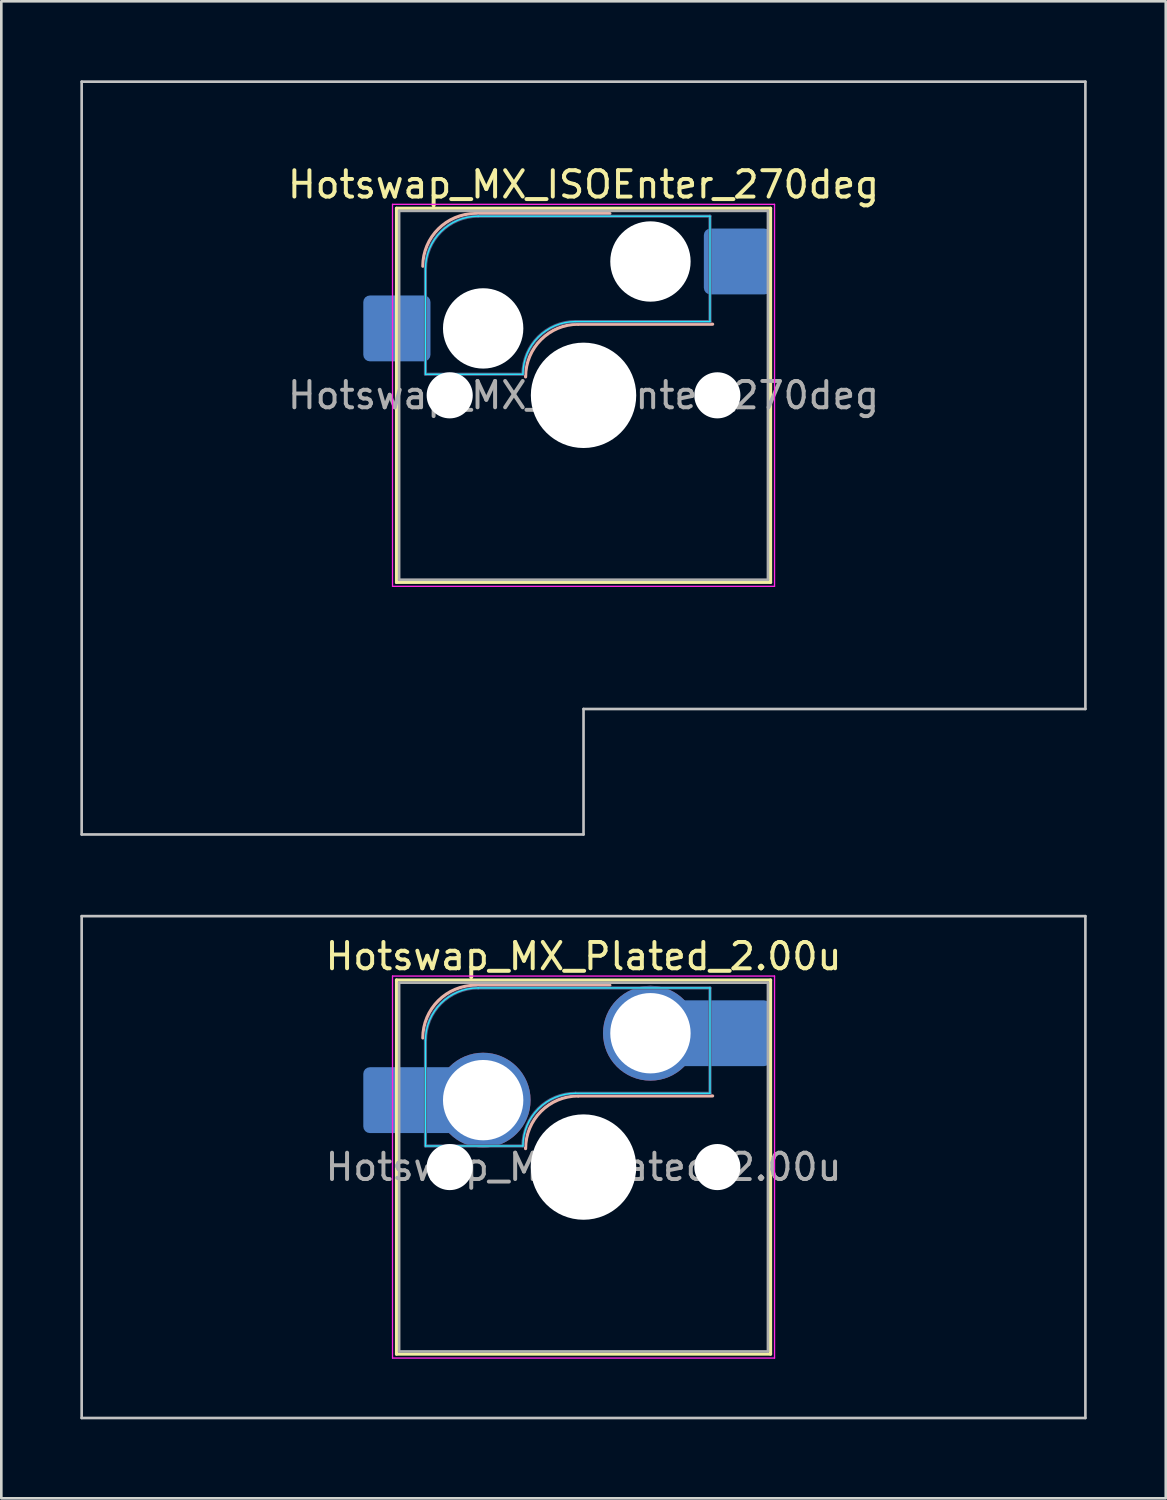
<source format=kicad_pcb>
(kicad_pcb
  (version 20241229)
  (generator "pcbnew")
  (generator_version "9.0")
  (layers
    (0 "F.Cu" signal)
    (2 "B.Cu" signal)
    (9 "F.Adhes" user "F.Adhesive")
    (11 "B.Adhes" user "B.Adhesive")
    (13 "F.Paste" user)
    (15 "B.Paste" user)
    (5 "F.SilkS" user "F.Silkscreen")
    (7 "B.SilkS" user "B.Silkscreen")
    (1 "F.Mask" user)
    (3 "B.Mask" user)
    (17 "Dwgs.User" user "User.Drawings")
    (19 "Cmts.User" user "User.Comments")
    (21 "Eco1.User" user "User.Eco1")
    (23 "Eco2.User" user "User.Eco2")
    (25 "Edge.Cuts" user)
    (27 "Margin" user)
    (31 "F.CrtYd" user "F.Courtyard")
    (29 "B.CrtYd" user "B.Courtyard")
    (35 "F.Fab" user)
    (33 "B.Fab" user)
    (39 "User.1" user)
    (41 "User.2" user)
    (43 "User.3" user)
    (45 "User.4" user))
  (footprint "Hotswap_MX_ISOEnter_270deg"
    (layer "F.Cu")
    (at 19.1 11.956)
    (property "Reference" "Hotswap_MX_ISOEnter_270deg" (at 0 -8 0) (layer "F.SilkS") (effects (font (size 1 1) (thickness 0.15))))
    (attr smd)
    (fp_line (start -7.1 -7.1) (end -7.1 7.1) (stroke (width 0.12) (type solid)) (layer "F.SilkS"))
    (fp_line (start -7.1 7.1) (end 7.1 7.1) (stroke (width 0.12) (type solid)) (layer "F.SilkS"))
    (fp_line (start 7.1 -7.1) (end -7.1 -7.1) (stroke (width 0.12) (type solid)) (layer "F.SilkS"))
    (fp_line (start 7.1 7.1) (end 7.1 -7.1) (stroke (width 0.12) (type solid)) (layer "F.SilkS"))
    (fp_line (start -4.1 -6.9) (end 1 -6.9) (stroke (width 0.12) (type solid)) (layer "B.SilkS"))
    (fp_line (start -0.2 -2.7) (end 4.9 -2.7) (stroke (width 0.12) (type solid)) (layer "B.SilkS"))
    (fp_arc (start -6.1 -4.9) (mid -5.514214 -6.314214) (end -4.1 -6.9) (stroke (width 0.12) (type solid)) (layer "B.SilkS"))
    (fp_arc (start -2.2 -0.7) (mid -1.614214 -2.114214) (end -0.2 -2.7) (stroke (width 0.12) (type solid)) (layer "B.SilkS"))
    (fp_line (start -19.05 -11.906) (end -19.05 16.669) (stroke (width 0.1) (type solid)) (layer "Dwgs.User"))
    (fp_line (start -19.05 16.669) (end 0 16.669) (stroke (width 0.1) (type solid)) (layer "Dwgs.User"))
    (fp_line (start 0 11.906) (end 19.05 11.906) (stroke (width 0.1) (type solid)) (layer "Dwgs.User"))
    (fp_line (start 0 16.669) (end 0 11.906) (stroke (width 0.1) (type solid)) (layer "Dwgs.User"))
    (fp_line (start 19.05 -11.906) (end -19.05 -11.906) (stroke (width 0.1) (type solid)) (layer "Dwgs.User"))
    (fp_line (start 19.05 11.906) (end 19.05 -11.906) (stroke (width 0.1) (type solid)) (layer "Dwgs.User"))
    (fp_line (start -7.8 -6) (end -7 -6) (stroke (width 0.1) (type solid)) (layer "Eco1.User"))
    (fp_line (start -7.8 -2.9) (end -7.8 -6) (stroke (width 0.1) (type solid)) (layer "Eco1.User"))
    (fp_line (start -7.8 2.9) (end -7 2.9) (stroke (width 0.1) (type solid)) (layer "Eco1.User"))
    (fp_line (start -7.8 6) (end -7.8 2.9) (stroke (width 0.1) (type solid)) (layer "Eco1.User"))
    (fp_line (start -7 -7) (end 7 -7) (stroke (width 0.1) (type solid)) (layer "Eco1.User"))
    (fp_line (start -7 -6) (end -7 -7) (stroke (width 0.1) (type solid)) (layer "Eco1.User"))
    (fp_line (start -7 -2.9) (end -7.8 -2.9) (stroke (width 0.1) (type solid)) (layer "Eco1.User"))
    (fp_line (start -7 2.9) (end -7 -2.9) (stroke (width 0.1) (type solid)) (layer "Eco1.User"))
    (fp_line (start -7 6) (end -7.8 6) (stroke (width 0.1) (type solid)) (layer "Eco1.User"))
    (fp_line (start -7 7) (end -7 6) (stroke (width 0.1) (type solid)) (layer "Eco1.User"))
    (fp_line (start 7 -7) (end 7 -6) (stroke (width 0.1) (type solid)) (layer "Eco1.User"))
    (fp_line (start 7 -6) (end 7.8 -6) (stroke (width 0.1) (type solid)) (layer "Eco1.User"))
    (fp_line (start 7 -2.9) (end 7 2.9) (stroke (width 0.1) (type solid)) (layer "Eco1.User"))
    (fp_line (start 7 2.9) (end 7.8 2.9) (stroke (width 0.1) (type solid)) (layer "Eco1.User"))
    (fp_line (start 7 6) (end 7 7) (stroke (width 0.1) (type solid)) (layer "Eco1.User"))
    (fp_line (start 7 7) (end -7 7) (stroke (width 0.1) (type solid)) (layer "Eco1.User"))
    (fp_line (start 7.8 -6) (end 7.8 -2.9) (stroke (width 0.1) (type solid)) (layer "Eco1.User"))
    (fp_line (start 7.8 -2.9) (end 7 -2.9) (stroke (width 0.1) (type solid)) (layer "Eco1.User"))
    (fp_line (start 7.8 2.9) (end 7.8 6) (stroke (width 0.1) (type solid)) (layer "Eco1.User"))
    (fp_line (start 7.8 6) (end 7 6) (stroke (width 0.1) (type solid)) (layer "Eco1.User"))
    (fp_line (start -6 -0.8) (end -6 -4.8) (stroke (width 0.05) (type solid)) (layer "B.CrtYd"))
    (fp_line (start -6 -0.8) (end -2.3 -0.8) (stroke (width 0.05) (type solid)) (layer "B.CrtYd"))
    (fp_line (start -4 -6.8) (end 4.8 -6.8) (stroke (width 0.05) (type solid)) (layer "B.CrtYd"))
    (fp_line (start -0.3 -2.8) (end 4.8 -2.8) (stroke (width 0.05) (type solid)) (layer "B.CrtYd"))
    (fp_line (start 4.8 -6.8) (end 4.8 -2.8) (stroke (width 0.05) (type solid)) (layer "B.CrtYd"))
    (fp_arc (start -6 -4.8) (mid -5.414214 -6.214214) (end -4 -6.8) (stroke (width 0.05) (type solid)) (layer "B.CrtYd"))
    (fp_arc (start -2.3 -0.8) (mid -1.714214 -2.214214) (end -0.3 -2.8) (stroke (width 0.05) (type solid)) (layer "B.CrtYd"))
    (fp_line (start -7.25 -7.25) (end -7.25 7.25) (stroke (width 0.05) (type solid)) (layer "F.CrtYd"))
    (fp_line (start -7.25 7.25) (end 7.25 7.25) (stroke (width 0.05) (type solid)) (layer "F.CrtYd"))
    (fp_line (start 7.25 -7.25) (end -7.25 -7.25) (stroke (width 0.05) (type solid)) (layer "F.CrtYd"))
    (fp_line (start 7.25 7.25) (end 7.25 -7.25) (stroke (width 0.05) (type solid)) (layer "F.CrtYd"))
    (fp_line (start -6 -0.8) (end -6 -4.8) (stroke (width 0.12) (type solid)) (layer "B.Fab"))
    (fp_line (start -6 -0.8) (end -2.3 -0.8) (stroke (width 0.12) (type solid)) (layer "B.Fab"))
    (fp_line (start -4 -6.8) (end 4.8 -6.8) (stroke (width 0.12) (type solid)) (layer "B.Fab"))
    (fp_line (start -0.3 -2.8) (end 4.8 -2.8) (stroke (width 0.12) (type solid)) (layer "B.Fab"))
    (fp_line (start 4.8 -6.8) (end 4.8 -2.8) (stroke (width 0.12) (type solid)) (layer "B.Fab"))
    (fp_arc (start -6 -4.8) (mid -5.414214 -6.214214) (end -4 -6.8) (stroke (width 0.12) (type solid)) (layer "B.Fab"))
    (fp_arc (start -2.3 -0.8) (mid -1.714214 -2.214214) (end -0.3 -2.8) (stroke (width 0.12) (type solid)) (layer "B.Fab"))
    (fp_line (start -7 -7) (end -7 7) (stroke (width 0.1) (type solid)) (layer "F.Fab"))
    (fp_line (start -7 7) (end 7 7) (stroke (width 0.1) (type solid)) (layer "F.Fab"))
    (fp_line (start 7 -7) (end -7 -7) (stroke (width 0.1) (type solid)) (layer "F.Fab"))
    (fp_line (start 7 7) (end 7 -7) (stroke (width 0.1) (type solid)) (layer "F.Fab"))
    (fp_text user "${REFERENCE}" (at 0 0 0) (layer "F.Fab") (effects (font (size 1 1) (thickness 0.15))))
    (pad "" np_thru_hole circle (at -5.08 0) (size 1.75 1.75) (drill 1.75) (layers "*.Cu" "*.Mask"))
    (pad "" np_thru_hole circle (at -3.81 -2.54) (size 3.05 3.05) (drill 3.05) (layers "*.Cu" "*.Mask"))
    (pad "" np_thru_hole circle (at 0 0) (size 4 4) (drill 4) (layers "*.Cu" "*.Mask"))
    (pad "" np_thru_hole circle (at 2.54 -5.08) (size 3.05 3.05) (drill 3.05) (layers "*.Cu" "*.Mask"))
    (pad "" np_thru_hole circle (at 5.08 0) (size 1.75 1.75) (drill 1.75) (layers "*.Cu" "*.Mask"))
    (pad "1" smd roundrect (at -7.085 -2.54) (size 2.55 2.5) (layers "B.Cu" "B.Mask" "B.Paste") (roundrect_rratio 0.1))
    (pad "2" smd roundrect (at 5.842 -5.08) (size 2.55 2.5) (layers "B.Cu" "B.Mask" "B.Paste") (roundrect_rratio 0.1)))
  (footprint "Hotswap_MX_Plated_2.00u"
    (layer "F.Cu")
    (at 19.1 41.25)
    (property "Reference" "Hotswap_MX_Plated_2.00u" (at 0 -8 0) (layer "F.SilkS") (effects (font (size 1 1) (thickness 0.15))))
    (attr smd allow_soldermask_bridges)
    (fp_line (start -7.1 -7.1) (end -7.1 7.1) (stroke (width 0.12) (type solid)) (layer "F.SilkS"))
    (fp_line (start -7.1 7.1) (end 7.1 7.1) (stroke (width 0.12) (type solid)) (layer "F.SilkS"))
    (fp_line (start 7.1 -7.1) (end -7.1 -7.1) (stroke (width 0.12) (type solid)) (layer "F.SilkS"))
    (fp_line (start 7.1 7.1) (end 7.1 -7.1) (stroke (width 0.12) (type solid)) (layer "F.SilkS"))
    (fp_line (start -4.1 -6.9) (end 1 -6.9) (stroke (width 0.12) (type solid)) (layer "B.SilkS"))
    (fp_line (start -0.2 -2.7) (end 4.9 -2.7) (stroke (width 0.12) (type solid)) (layer "B.SilkS"))
    (fp_arc (start -6.1 -4.9) (mid -5.514214 -6.314214) (end -4.1 -6.9) (stroke (width 0.12) (type solid)) (layer "B.SilkS"))
    (fp_arc (start -2.2 -0.7) (mid -1.614214 -2.114214) (end -0.2 -2.7) (stroke (width 0.12) (type solid)) (layer "B.SilkS"))
    (fp_line (start -19.05 -9.525) (end -19.05 9.525) (stroke (width 0.1) (type solid)) (layer "Dwgs.User"))
    (fp_line (start -19.05 9.525) (end 19.05 9.525) (stroke (width 0.1) (type solid)) (layer "Dwgs.User"))
    (fp_line (start 19.05 -9.525) (end -19.05 -9.525) (stroke (width 0.1) (type solid)) (layer "Dwgs.User"))
    (fp_line (start 19.05 9.525) (end 19.05 -9.525) (stroke (width 0.1) (type solid)) (layer "Dwgs.User"))
    (fp_line (start -7.8 -6) (end -7 -6) (stroke (width 0.1) (type solid)) (layer "Eco1.User"))
    (fp_line (start -7.8 -2.9) (end -7.8 -6) (stroke (width 0.1) (type solid)) (layer "Eco1.User"))
    (fp_line (start -7.8 2.9) (end -7 2.9) (stroke (width 0.1) (type solid)) (layer "Eco1.User"))
    (fp_line (start -7.8 6) (end -7.8 2.9) (stroke (width 0.1) (type solid)) (layer "Eco1.User"))
    (fp_line (start -7 -7) (end 7 -7) (stroke (width 0.1) (type solid)) (layer "Eco1.User"))
    (fp_line (start -7 -6) (end -7 -7) (stroke (width 0.1) (type solid)) (layer "Eco1.User"))
    (fp_line (start -7 -2.9) (end -7.8 -2.9) (stroke (width 0.1) (type solid)) (layer "Eco1.User"))
    (fp_line (start -7 2.9) (end -7 -2.9) (stroke (width 0.1) (type solid)) (layer "Eco1.User"))
    (fp_line (start -7 6) (end -7.8 6) (stroke (width 0.1) (type solid)) (layer "Eco1.User"))
    (fp_line (start -7 7) (end -7 6) (stroke (width 0.1) (type solid)) (layer "Eco1.User"))
    (fp_line (start 7 -7) (end 7 -6) (stroke (width 0.1) (type solid)) (layer "Eco1.User"))
    (fp_line (start 7 -6) (end 7.8 -6) (stroke (width 0.1) (type solid)) (layer "Eco1.User"))
    (fp_line (start 7 -2.9) (end 7 2.9) (stroke (width 0.1) (type solid)) (layer "Eco1.User"))
    (fp_line (start 7 2.9) (end 7.8 2.9) (stroke (width 0.1) (type solid)) (layer "Eco1.User"))
    (fp_line (start 7 6) (end 7 7) (stroke (width 0.1) (type solid)) (layer "Eco1.User"))
    (fp_line (start 7 7) (end -7 7) (stroke (width 0.1) (type solid)) (layer "Eco1.User"))
    (fp_line (start 7.8 -6) (end 7.8 -2.9) (stroke (width 0.1) (type solid)) (layer "Eco1.User"))
    (fp_line (start 7.8 -2.9) (end 7 -2.9) (stroke (width 0.1) (type solid)) (layer "Eco1.User"))
    (fp_line (start 7.8 2.9) (end 7.8 6) (stroke (width 0.1) (type solid)) (layer "Eco1.User"))
    (fp_line (start 7.8 6) (end 7 6) (stroke (width 0.1) (type solid)) (layer "Eco1.User"))
    (fp_line (start -6 -0.8) (end -6 -4.8) (stroke (width 0.05) (type solid)) (layer "B.CrtYd"))
    (fp_line (start -6 -0.8) (end -2.3 -0.8) (stroke (width 0.05) (type solid)) (layer "B.CrtYd"))
    (fp_line (start -4 -6.8) (end 4.8 -6.8) (stroke (width 0.05) (type solid)) (layer "B.CrtYd"))
    (fp_line (start -0.3 -2.8) (end 4.8 -2.8) (stroke (width 0.05) (type solid)) (layer "B.CrtYd"))
    (fp_line (start 4.8 -6.8) (end 4.8 -2.8) (stroke (width 0.05) (type solid)) (layer "B.CrtYd"))
    (fp_arc (start -6 -4.8) (mid -5.414214 -6.214214) (end -4 -6.8) (stroke (width 0.05) (type solid)) (layer "B.CrtYd"))
    (fp_arc (start -2.3 -0.8) (mid -1.714214 -2.214214) (end -0.3 -2.8) (stroke (width 0.05) (type solid)) (layer "B.CrtYd"))
    (fp_line (start -7.25 -7.25) (end -7.25 7.25) (stroke (width 0.05) (type solid)) (layer "F.CrtYd"))
    (fp_line (start -7.25 7.25) (end 7.25 7.25) (stroke (width 0.05) (type solid)) (layer "F.CrtYd"))
    (fp_line (start 7.25 -7.25) (end -7.25 -7.25) (stroke (width 0.05) (type solid)) (layer "F.CrtYd"))
    (fp_line (start 7.25 7.25) (end 7.25 -7.25) (stroke (width 0.05) (type solid)) (layer "F.CrtYd"))
    (fp_line (start -6 -0.8) (end -6 -4.8) (stroke (width 0.12) (type solid)) (layer "B.Fab"))
    (fp_line (start -6 -0.8) (end -2.3 -0.8) (stroke (width 0.12) (type solid)) (layer "B.Fab"))
    (fp_line (start -4 -6.8) (end 4.8 -6.8) (stroke (width 0.12) (type solid)) (layer "B.Fab"))
    (fp_line (start -0.3 -2.8) (end 4.8 -2.8) (stroke (width 0.12) (type solid)) (layer "B.Fab"))
    (fp_line (start 4.8 -6.8) (end 4.8 -2.8) (stroke (width 0.12) (type solid)) (layer "B.Fab"))
    (fp_arc (start -6 -4.8) (mid -5.414214 -6.214214) (end -4 -6.8) (stroke (width 0.12) (type solid)) (layer "B.Fab"))
    (fp_arc (start -2.3 -0.8) (mid -1.714214 -2.214214) (end -0.3 -2.8) (stroke (width 0.12) (type solid)) (layer "B.Fab"))
    (fp_line (start -7 -7) (end -7 7) (stroke (width 0.1) (type solid)) (layer "F.Fab"))
    (fp_line (start -7 7) (end 7 7) (stroke (width 0.1) (type solid)) (layer "F.Fab"))
    (fp_line (start 7 -7) (end -7 -7) (stroke (width 0.1) (type solid)) (layer "F.Fab"))
    (fp_line (start 7 7) (end 7 -7) (stroke (width 0.1) (type solid)) (layer "F.Fab"))
    (fp_text user "${REFERENCE}" (at 0 0 0) (layer "F.Fab") (effects (font (size 1 1) (thickness 0.15))))
    (pad "" smd roundrect (at -7.085 -2.54) (size 2.55 2.5) (layers "B.Mask" "B.Paste") (roundrect_rratio 0.1))
    (pad "" np_thru_hole circle (at -5.08 0) (size 1.75 1.75) (drill 1.75) (layers "*.Cu" "*.Mask"))
    (pad "" np_thru_hole circle (at 0 0) (size 4 4) (drill 4) (layers "*.Cu" "*.Mask"))
    (pad "" np_thru_hole circle (at 5.08 0) (size 1.75 1.75) (drill 1.75) (layers "*.Cu" "*.Mask"))
    (pad "" smd roundrect (at 5.842 -5.08) (size 2.55 2.5) (layers "B.Mask" "B.Paste") (roundrect_rratio 0.1))
    (pad "1" smd roundrect (at -6.585 -2.54) (size 3.55 2.5) (layers "B.Cu") (roundrect_rratio 0.1))
    (pad "1" thru_hole circle (at -3.81 -2.54) (size 3.6 3.6) (drill 3.05) (layers "*.Cu" "*.Mask"))
    (pad "2" thru_hole circle (at 2.54 -5.08) (size 3.6 3.6) (drill 3.05) (layers "*.Cu" "*.Mask"))
    (pad "2" smd roundrect (at 5.32 -5.08) (size 3.55 2.5) (layers "B.Cu") (roundrect_rratio 0.1)))
  (gr_rect
    (start -3 -3)
    (end 41.2 53.825)
    (stroke (width 0.1) (type default))
    (fill no)
    (layer "Edge.Cuts")))
</source>
